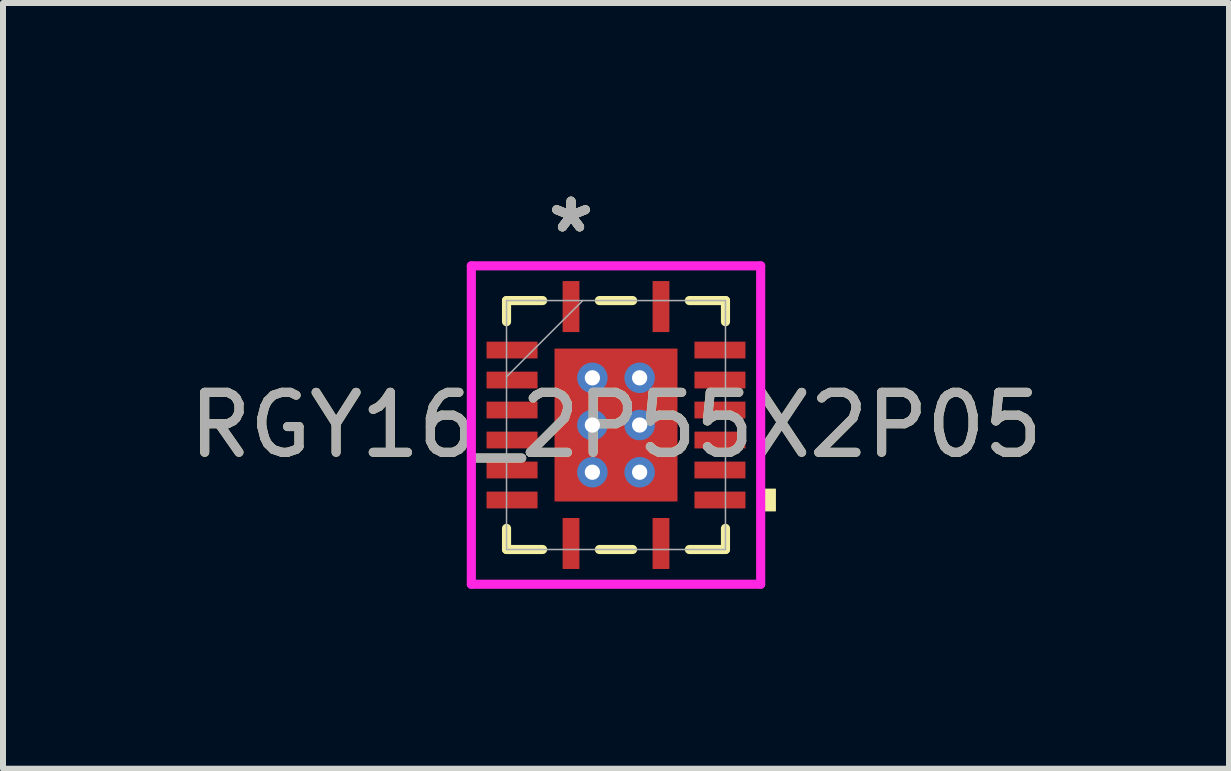
<source format=kicad_pcb>
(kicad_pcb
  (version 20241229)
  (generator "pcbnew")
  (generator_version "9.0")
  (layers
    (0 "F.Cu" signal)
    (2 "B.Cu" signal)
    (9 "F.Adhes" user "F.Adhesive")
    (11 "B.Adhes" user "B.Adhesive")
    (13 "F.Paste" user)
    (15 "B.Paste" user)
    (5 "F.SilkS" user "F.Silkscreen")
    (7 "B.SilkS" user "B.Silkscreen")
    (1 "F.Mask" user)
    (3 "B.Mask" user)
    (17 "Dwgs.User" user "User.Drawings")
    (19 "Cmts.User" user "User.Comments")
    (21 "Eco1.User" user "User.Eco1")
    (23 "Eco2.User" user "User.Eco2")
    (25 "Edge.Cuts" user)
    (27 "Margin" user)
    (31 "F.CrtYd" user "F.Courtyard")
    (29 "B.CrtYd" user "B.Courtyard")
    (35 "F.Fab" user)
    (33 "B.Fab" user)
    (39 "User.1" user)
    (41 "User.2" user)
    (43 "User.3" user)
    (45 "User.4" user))
  (footprint "RGY16_2P55X2P05"
    (layer "F.Cu")
    (at 7.22 4.036)
    (property "Reference" "RGY16_2P55X2P05" (at 0 0 0) (unlocked yes) (layer "F.SilkS") (effects (font (size 1 1) (thickness 0.15))))
    (attr smd)
    (fp_poly (pts (xy -2.228 -1.46) (xy -2.228 -1.04) (xy -1.238 -1.04) (xy -1.238 -1.46)) (stroke (width 0) (type solid)) (fill yes) (layer "F.Mask"))
    (fp_poly (pts (xy -2.228 -0.96) (xy -2.228 -0.54) (xy -1.238 -0.54) (xy -1.238 -0.96)) (stroke (width 0) (type solid)) (fill yes) (layer "F.Mask"))
    (fp_poly (pts (xy -2.228 -0.46) (xy -2.228 -0.04) (xy -1.238 -0.04) (xy -1.238 -0.46)) (stroke (width 0) (type solid)) (fill yes) (layer "F.Mask"))
    (fp_poly (pts (xy -2.228 0.04) (xy -2.228 0.46) (xy -1.238 0.46) (xy -1.238 0.04)) (stroke (width 0) (type solid)) (fill yes) (layer "F.Mask"))
    (fp_poly (pts (xy -2.228 0.54) (xy -2.228 0.96) (xy -1.238 0.96) (xy -1.238 0.54)) (stroke (width 0) (type solid)) (fill yes) (layer "F.Mask"))
    (fp_poly (pts (xy -2.228 1.04) (xy -2.228 1.46) (xy -1.238 1.46) (xy -1.238 1.04)) (stroke (width 0) (type solid)) (fill yes) (layer "F.Mask"))
    (fp_poly (pts (xy -1.089 -1.339) (xy -0.594 -1.339) (xy -0.594 1.339) (xy -1.089 1.339)) (stroke (width 0) (type solid)) (fill yes) (layer "F.Mask"))
    (fp_poly (pts (xy -1.089 -1.339) (xy 1.089 -1.339) (xy 1.089 -0.987) (xy -1.089 -0.987)) (stroke (width 0) (type solid)) (fill yes) (layer "F.Mask"))
    (fp_poly (pts (xy -1.089 -0.587) (xy 1.089 -0.587) (xy 1.089 -0.2) (xy -1.089 -0.2)) (stroke (width 0) (type solid)) (fill yes) (layer "F.Mask"))
    (fp_poly (pts (xy -1.089 0.2) (xy 1.089 0.2) (xy 1.089 0.587) (xy -1.089 0.587)) (stroke (width 0) (type solid)) (fill yes) (layer "F.Mask"))
    (fp_poly (pts (xy -1.089 0.987) (xy 1.089 0.987) (xy 1.089 1.339) (xy -1.089 1.339)) (stroke (width 0) (type solid)) (fill yes) (layer "F.Mask"))
    (fp_poly (pts (xy -0.96 -2.47) (xy -0.96 -1.48) (xy -0.54 -1.48) (xy -0.54 -2.47)) (stroke (width 0) (type solid)) (fill yes) (layer "F.Mask"))
    (fp_poly (pts (xy -0.96 1.48) (xy -0.96 2.47) (xy -0.54 2.47) (xy -0.54 1.48)) (stroke (width 0) (type solid)) (fill yes) (layer "F.Mask"))
    (fp_poly (pts (xy 0.194 -1.339) (xy -0.194 -1.339) (xy -0.194 1.339) (xy 0.194 1.339)) (stroke (width 0) (type solid)) (fill yes) (layer "F.Mask"))
    (fp_poly (pts (xy 0.54 -2.47) (xy 0.54 -1.48) (xy 0.96 -1.48) (xy 0.96 -2.47)) (stroke (width 0) (type solid)) (fill yes) (layer "F.Mask"))
    (fp_poly (pts (xy 0.54 1.48) (xy 0.54 2.47) (xy 0.96 2.47) (xy 0.96 1.48)) (stroke (width 0) (type solid)) (fill yes) (layer "F.Mask"))
    (fp_poly (pts (xy 0.594 -1.339) (xy 1.089 -1.339) (xy 1.089 1.339) (xy 0.594 1.339)) (stroke (width 0) (type solid)) (fill yes) (layer "F.Mask"))
    (fp_poly (pts (xy 1.238 -1.46) (xy 1.238 -1.04) (xy 2.228 -1.04) (xy 2.228 -1.46)) (stroke (width 0) (type solid)) (fill yes) (layer "F.Mask"))
    (fp_poly (pts (xy 1.238 -0.96) (xy 1.238 -0.54) (xy 2.228 -0.54) (xy 2.228 -0.96)) (stroke (width 0) (type solid)) (fill yes) (layer "F.Mask"))
    (fp_poly (pts (xy 1.238 -0.46) (xy 1.238 -0.04) (xy 2.228 -0.04) (xy 2.228 -0.46)) (stroke (width 0) (type solid)) (fill yes) (layer "F.Mask"))
    (fp_poly (pts (xy 1.238 0.04) (xy 1.238 0.46) (xy 2.228 0.46) (xy 2.228 0.04)) (stroke (width 0) (type solid)) (fill yes) (layer "F.Mask"))
    (fp_poly (pts (xy 1.238 0.54) (xy 1.238 0.96) (xy 2.228 0.96) (xy 2.228 0.54)) (stroke (width 0) (type solid)) (fill yes) (layer "F.Mask"))
    (fp_poly (pts (xy 1.238 1.04) (xy 1.238 1.46) (xy 2.228 1.46) (xy 2.228 1.04)) (stroke (width 0) (type solid)) (fill yes) (layer "F.Mask"))
    (fp_line (start -1.825 -2.075) (end -1.825 -1.723) (stroke (width 0.152) (type solid)) (layer "F.SilkS"))
    (fp_line (start -1.825 1.723) (end -1.825 2.075) (stroke (width 0.152) (type solid)) (layer "F.SilkS"))
    (fp_line (start -1.825 2.075) (end -1.223 2.075) (stroke (width 0.152) (type solid)) (layer "F.SilkS"))
    (fp_line (start -1.223 -2.075) (end -1.825 -2.075) (stroke (width 0.152) (type solid)) (layer "F.SilkS"))
    (fp_line (start -0.277 2.075) (end 0.277 2.075) (stroke (width 0.152) (type solid)) (layer "F.SilkS"))
    (fp_line (start 0.277 -2.075) (end -0.277 -2.075) (stroke (width 0.152) (type solid)) (layer "F.SilkS"))
    (fp_line (start 1.223 2.075) (end 1.825 2.075) (stroke (width 0.152) (type solid)) (layer "F.SilkS"))
    (fp_line (start 1.825 -2.075) (end 1.223 -2.075) (stroke (width 0.152) (type solid)) (layer "F.SilkS"))
    (fp_line (start 1.825 -1.723) (end 1.825 -2.075) (stroke (width 0.152) (type solid)) (layer "F.SilkS"))
    (fp_line (start 1.825 2.075) (end 1.825 1.723) (stroke (width 0.152) (type solid)) (layer "F.SilkS"))
    (fp_poly (pts (xy 2.666 1.06) (xy 2.666 1.44) (xy 2.412 1.44) (xy 2.412 1.06)) (stroke (width 0) (type solid)) (fill yes) (layer "F.SilkS"))
    (fp_poly (pts (xy -2.133 -1.365) (xy -2.133 -1.135) (xy -1.333 -1.135) (xy -1.333 -1.365)) (stroke (width 0) (type solid)) (fill yes) (layer "F.Paste"))
    (fp_poly (pts (xy -2.133 -0.865) (xy -2.133 -0.635) (xy -1.333 -0.635) (xy -1.333 -0.865)) (stroke (width 0) (type solid)) (fill yes) (layer "F.Paste"))
    (fp_poly (pts (xy -2.133 -0.365) (xy -2.133 -0.135) (xy -1.333 -0.135) (xy -1.333 -0.365)) (stroke (width 0) (type solid)) (fill yes) (layer "F.Paste"))
    (fp_poly (pts (xy -2.133 0.135) (xy -2.133 0.365) (xy -1.333 0.365) (xy -1.333 0.135)) (stroke (width 0) (type solid)) (fill yes) (layer "F.Paste"))
    (fp_poly (pts (xy -2.133 0.635) (xy -2.133 0.865) (xy -1.333 0.865) (xy -1.333 0.635)) (stroke (width 0) (type solid)) (fill yes) (layer "F.Paste"))
    (fp_poly (pts (xy -2.133 1.135) (xy -2.133 1.365) (xy -1.333 1.365) (xy -1.333 1.135)) (stroke (width 0) (type solid)) (fill yes) (layer "F.Paste"))
    (fp_poly (pts (xy -0.865 -2.375) (xy -0.865 -1.575) (xy -0.635 -1.575) (xy -0.635 -2.375)) (stroke (width 0) (type solid)) (fill yes) (layer "F.Paste"))
    (fp_poly (pts (xy -0.865 1.575) (xy -0.865 2.375) (xy -0.635 2.375) (xy -0.635 1.575)) (stroke (width 0) (type solid)) (fill yes) (layer "F.Paste"))
    (fp_poly (pts (xy 0.635 -2.375) (xy 0.635 -1.575) (xy 0.865 -1.575) (xy 0.865 -2.375)) (stroke (width 0) (type solid)) (fill yes) (layer "F.Paste"))
    (fp_poly (pts (xy 0.635 1.575) (xy 0.635 2.375) (xy 0.865 2.375) (xy 0.865 1.575)) (stroke (width 0) (type solid)) (fill yes) (layer "F.Paste"))
    (fp_poly (pts (xy 1.333 -1.365) (xy 1.333 -1.135) (xy 2.133 -1.135) (xy 2.133 -1.365)) (stroke (width 0) (type solid)) (fill yes) (layer "F.Paste"))
    (fp_poly (pts (xy 1.333 -0.865) (xy 1.333 -0.635) (xy 2.133 -0.635) (xy 2.133 -0.865)) (stroke (width 0) (type solid)) (fill yes) (layer "F.Paste"))
    (fp_poly (pts (xy 1.333 -0.365) (xy 1.333 -0.135) (xy 2.133 -0.135) (xy 2.133 -0.365)) (stroke (width 0) (type solid)) (fill yes) (layer "F.Paste"))
    (fp_poly (pts (xy 1.333 0.135) (xy 1.333 0.365) (xy 2.133 0.365) (xy 2.133 0.135)) (stroke (width 0) (type solid)) (fill yes) (layer "F.Paste"))
    (fp_poly (pts (xy 1.333 0.635) (xy 1.333 0.865) (xy 2.133 0.865) (xy 2.133 0.635)) (stroke (width 0) (type solid)) (fill yes) (layer "F.Paste"))
    (fp_poly (pts (xy 1.333 1.135) (xy 1.333 1.365) (xy 2.133 1.365) (xy 2.133 1.135)) (stroke (width 0) (type solid)) (fill yes) (layer "F.Paste"))
    (fp_poly (pts (xy -0.95 -1.2) (xy -0.95 -0.887) (xy -0.635 -0.887) (xy -0.494 -1.029) (xy -0.494 -1.2)) (stroke (width 0) (type solid)) (fill yes) (layer "F.Paste"))
    (fp_poly (pts (xy -0.95 0.887) (xy -0.95 1.2) (xy -0.494 1.2) (xy -0.494 1.029) (xy -0.635 0.887)) (stroke (width 0) (type solid)) (fill yes) (layer "F.Paste"))
    (fp_poly (pts (xy 0.494 -1.2) (xy 0.494 -1.029) (xy 0.635 -0.887) (xy 0.95 -0.887) (xy 0.95 -1.2)) (stroke (width 0) (type solid)) (fill yes) (layer "F.Paste"))
    (fp_poly (pts (xy 0.635 0.887) (xy 0.494 1.029) (xy 0.494 1.2) (xy 0.95 1.2) (xy 0.95 0.887)) (stroke (width 0) (type solid)) (fill yes) (layer "F.Paste"))
    (fp_poly (pts (xy -0.95 -0.687) (xy -0.95 -0.1) (xy -0.635 -0.1) (xy -0.494 -0.241) (xy -0.494 -0.546) (xy -0.635 -0.687)) (stroke (width 0) (type solid)) (fill yes) (layer "F.Paste"))
    (fp_poly (pts (xy -0.95 0.1) (xy -0.95 0.687) (xy -0.635 0.687) (xy -0.494 0.546) (xy -0.494 0.241) (xy -0.635 0.1)) (stroke (width 0) (type solid)) (fill yes) (layer "F.Paste"))
    (fp_poly (pts (xy -0.294 -1.2) (xy -0.294 -1.029) (xy -0.152 -0.887) (xy 0.152 -0.887) (xy 0.294 -1.029) (xy 0.294 -1.2)) (stroke (width 0) (type solid)) (fill yes) (layer "F.Paste"))
    (fp_poly (pts (xy -0.152 0.887) (xy -0.294 1.029) (xy -0.294 1.2) (xy 0.294 1.2) (xy 0.294 1.029) (xy 0.152 0.887)) (stroke (width 0) (type solid)) (fill yes) (layer "F.Paste"))
    (fp_poly (pts (xy 0.635 -0.687) (xy 0.494 -0.546) (xy 0.494 -0.241) (xy 0.635 -0.1) (xy 0.95 -0.1) (xy 0.95 -0.687)) (stroke (width 0) (type solid)) (fill yes) (layer "F.Paste"))
    (fp_poly (pts (xy 0.635 0.1) (xy 0.494 0.241) (xy 0.494 0.546) (xy 0.635 0.687) (xy 0.95 0.687) (xy 0.95 0.1)) (stroke (width 0) (type solid)) (fill yes) (layer "F.Paste"))
    (fp_poly (pts (xy -0.152 -0.687) (xy -0.294 -0.546) (xy -0.294 -0.241) (xy -0.152 -0.1) (xy 0.152 -0.1) (xy 0.294 -0.241) (xy 0.294 -0.546) (xy 0.152 -0.687)) (stroke (width 0) (type solid)) (fill yes) (layer "F.Paste"))
    (fp_poly (pts (xy -0.152 0.1) (xy -0.294 0.241) (xy -0.294 0.546) (xy -0.152 0.687) (xy 0.152 0.687) (xy 0.294 0.546) (xy 0.294 0.241) (xy 0.152 0.1)) (stroke (width 0) (type solid)) (fill yes) (layer "F.Paste"))
    (fp_line (start -2.412 -2.654) (end 2.412 -2.654) (stroke (width 0.152) (type solid)) (layer "F.CrtYd"))
    (fp_line (start -2.412 2.654) (end -2.412 -2.654) (stroke (width 0.152) (type solid)) (layer "F.CrtYd"))
    (fp_line (start 2.412 -2.654) (end 2.412 2.654) (stroke (width 0.152) (type solid)) (layer "F.CrtYd"))
    (fp_line (start 2.412 2.654) (end -2.412 2.654) (stroke (width 0.152) (type solid)) (layer "F.CrtYd"))
    (fp_line (start -1.825 -2.075) (end -1.825 2.075) (stroke (width 0.025) (type solid)) (layer "F.Fab"))
    (fp_line (start -1.825 -0.805) (end -0.555 -2.075) (stroke (width 0.025) (type solid)) (layer "F.Fab"))
    (fp_line (start -1.825 2.075) (end 1.825 2.075) (stroke (width 0.025) (type solid)) (layer "F.Fab"))
    (fp_line (start 1.825 -2.075) (end -1.825 -2.075) (stroke (width 0.025) (type solid)) (layer "F.Fab"))
    (fp_line (start 1.825 2.075) (end 1.825 -2.075) (stroke (width 0.025) (type solid)) (layer "F.Fab"))
    (fp_text user "*" (at -0.75 -3.187 0) (unlocked yes) (layer "F.SilkS") (effects (font (size 1 1) (thickness 0.15))))
    (fp_text user "*" (at -0.75 -3.187 0) (layer "F.SilkS") (effects (font (size 1 1) (thickness 0.15))))
    (fp_text user "*" (at -0.75 -3.187 0) (unlocked yes) (layer "F.Fab") (effects (font (size 1 1) (thickness 0.15))))
    (fp_text user "*" (at -0.75 -3.187 0) (layer "F.Fab") (effects (font (size 1 1) (thickness 0.15))))
    (fp_text user "${REFERENCE}" (at 0 0 0) (unlocked yes) (layer "F.Fab") (effects (font (size 1 1) (thickness 0.15))))
    (pad "1" smd rect (at -0.75 -1.975) (size 0.28 0.85) (layers "F.Cu" "F.Mask"))
    (pad "2" smd rect (at -1.733 -1.25 90) (size 0.28 0.85) (layers "F.Cu" "F.Mask"))
    (pad "3" smd rect (at -1.733 -0.75 90) (size 0.28 0.85) (layers "F.Cu" "F.Mask"))
    (pad "4" smd rect (at -1.733 -0.25 90) (size 0.28 0.85) (layers "F.Cu" "F.Mask"))
    (pad "5" smd rect (at -1.733 0.25 90) (size 0.28 0.85) (layers "F.Cu" "F.Mask"))
    (pad "6" smd rect (at -1.733 0.75 90) (size 0.28 0.85) (layers "F.Cu" "F.Mask"))
    (pad "7" smd rect (at -1.733 1.25 90) (size 0.28 0.85) (layers "F.Cu" "F.Mask"))
    (pad "8" smd rect (at -0.75 1.975) (size 0.28 0.85) (layers "F.Cu" "F.Mask"))
    (pad "9" smd rect (at 0.75 1.975) (size 0.28 0.85) (layers "F.Cu" "F.Mask"))
    (pad "10" smd rect (at 1.733 1.25 90) (size 0.28 0.85) (layers "F.Cu" "F.Mask"))
    (pad "11" smd rect (at 1.733 0.75 90) (size 0.28 0.85) (layers "F.Cu" "F.Mask"))
    (pad "12" smd rect (at 1.733 0.25 90) (size 0.28 0.85) (layers "F.Cu" "F.Mask"))
    (pad "13" smd rect (at 1.733 -0.25 90) (size 0.28 0.85) (layers "F.Cu" "F.Mask"))
    (pad "14" smd rect (at 1.733 -0.75 90) (size 0.28 0.85) (layers "F.Cu" "F.Mask"))
    (pad "15" smd rect (at 1.733 -1.25 90) (size 0.28 0.85) (layers "F.Cu" "F.Mask"))
    (pad "16" smd rect (at 0.75 -1.975) (size 0.28 0.85) (layers "F.Cu" "F.Mask"))
    (pad "17" smd rect (at 0 0) (size 2.05 2.55) (layers "F.Cu"))
    (pad "V" thru_hole circle (at -0.394 -0.787) (size 0.508 0.508) (drill 0.254) (layers "*.Cu" "*.Mask"))
    (pad "V" thru_hole circle (at -0.394 0) (size 0.508 0.508) (drill 0.254) (layers "*.Cu" "*.Mask"))
    (pad "V" thru_hole circle (at -0.394 0.787) (size 0.508 0.508) (drill 0.254) (layers "*.Cu" "*.Mask"))
    (pad "V" thru_hole circle (at 0.394 -0.787) (size 0.508 0.508) (drill 0.254) (layers "*.Cu" "*.Mask"))
    (pad "V" thru_hole circle (at 0.394 0) (size 0.508 0.508) (drill 0.254) (layers "*.Cu" "*.Mask"))
    (pad "V" thru_hole circle (at 0.394 0.787) (size 0.508 0.508) (drill 0.254) (layers "*.Cu" "*.Mask")))
  (gr_rect
    (start -3 -3)
    (end 17.44 9.766)
    (stroke (width 0.1) (type default))
    (fill no)
    (layer "Edge.Cuts")))
</source>
